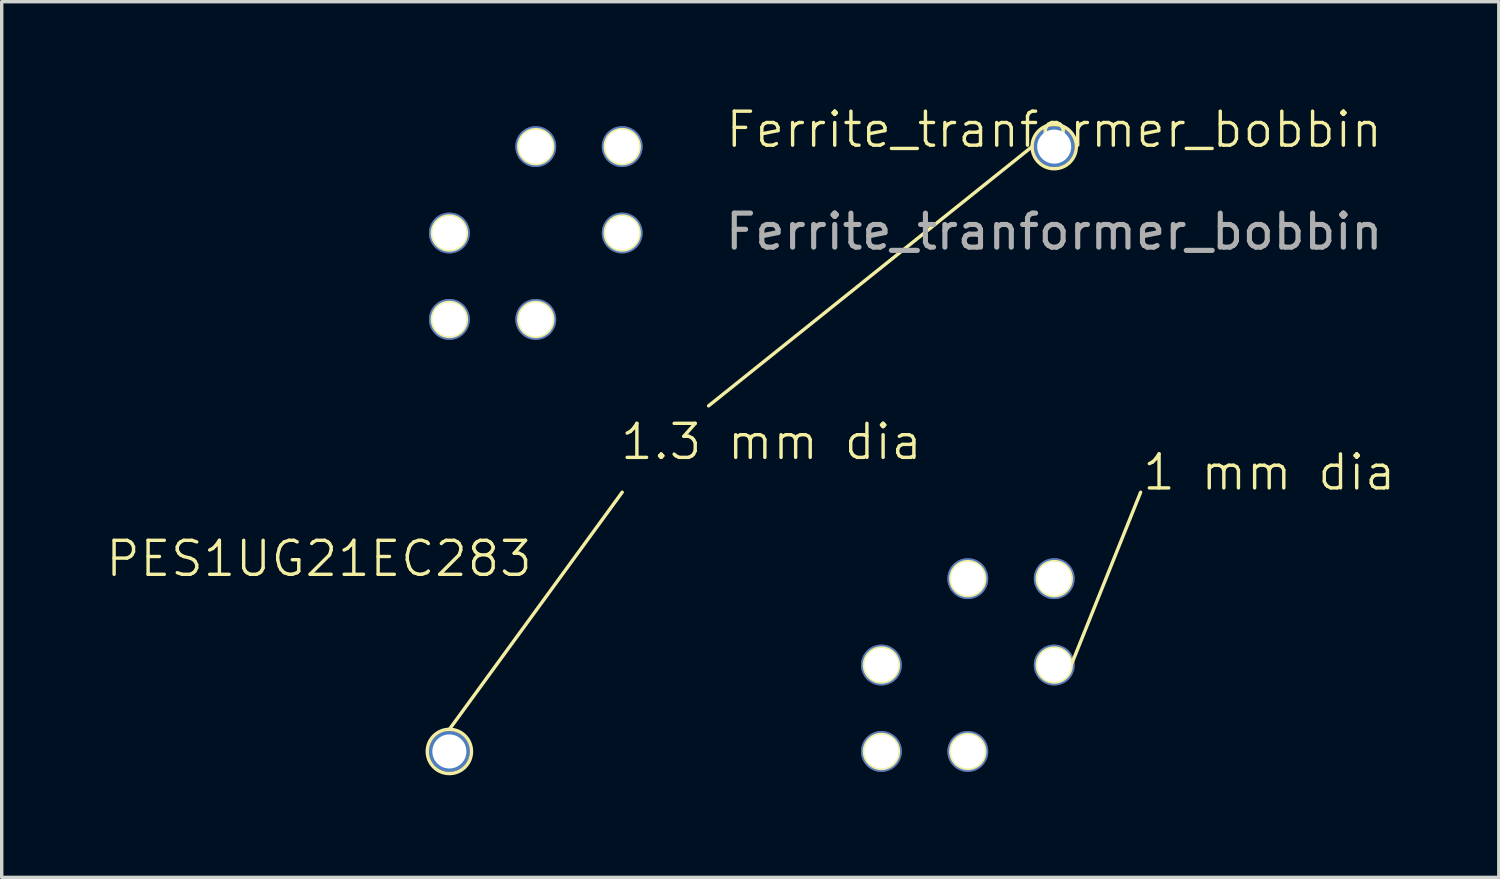
<source format=kicad_pcb>
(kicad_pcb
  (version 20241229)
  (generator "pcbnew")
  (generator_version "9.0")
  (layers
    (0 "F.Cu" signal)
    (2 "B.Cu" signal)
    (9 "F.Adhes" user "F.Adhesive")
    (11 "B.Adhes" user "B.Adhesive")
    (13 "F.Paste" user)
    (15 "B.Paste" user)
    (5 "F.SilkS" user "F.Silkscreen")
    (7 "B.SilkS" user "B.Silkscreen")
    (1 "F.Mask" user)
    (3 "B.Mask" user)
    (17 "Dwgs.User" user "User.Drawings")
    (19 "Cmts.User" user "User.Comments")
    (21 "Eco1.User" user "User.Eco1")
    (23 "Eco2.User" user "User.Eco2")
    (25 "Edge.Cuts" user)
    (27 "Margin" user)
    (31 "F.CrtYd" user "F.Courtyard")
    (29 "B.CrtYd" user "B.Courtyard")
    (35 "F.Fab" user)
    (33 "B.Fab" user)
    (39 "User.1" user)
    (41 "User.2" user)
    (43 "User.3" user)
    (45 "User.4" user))
  (footprint "Ferrite_tranformer_bobbin"
    (layer "F.Cu")
    (at 27.94 1.26)
    (property "Reference" "Ferrite_tranformer_bobbin" (at 0 -0.5 0) (unlocked yes) (layer "F.SilkS") (effects (font (size 1 1) (thickness 0.1))))
    (attr through_hole)
    (fp_line (start -17.78 17.13) (end -12.7 10.16) (stroke (width 0.1) (type default)) (layer "F.SilkS"))
    (fp_line (start -0.65 0) (end -10.16 7.62) (stroke (width 0.1) (type default)) (layer "F.SilkS"))
    (fp_line (start 0.5 15.24) (end 2.54 10.16) (stroke (width 0.1) (type default)) (layer "F.SilkS"))
    (fp_circle (center -17.78 2.54) (end -17.28 2.54) (stroke (width 0.1) (type default)) (fill no) (layer "F.SilkS"))
    (fp_circle (center -17.78 5.08) (end -17.28 5.08) (stroke (width 0.1) (type default)) (fill no) (layer "F.SilkS"))
    (fp_circle (center -17.78 17.78) (end -17.13 17.78) (stroke (width 0.1) (type default)) (fill no) (layer "F.SilkS"))
    (fp_circle (center -15.24 0) (end -14.74 0) (stroke (width 0.1) (type default)) (fill no) (layer "F.SilkS"))
    (fp_circle (center -15.24 5.08) (end -14.74 5.08) (stroke (width 0.1) (type default)) (fill no) (layer "F.SilkS"))
    (fp_circle (center -12.7 0) (end -12.2 0) (stroke (width 0.1) (type default)) (fill no) (layer "F.SilkS"))
    (fp_circle (center -12.7 2.54) (end -12.2 2.54) (stroke (width 0.1) (type default)) (fill no) (layer "F.SilkS"))
    (fp_circle (center -5.08 15.24) (end -4.58 15.24) (stroke (width 0.1) (type default)) (fill no) (layer "F.SilkS"))
    (fp_circle (center -5.08 17.78) (end -4.58 17.78) (stroke (width 0.1) (type default)) (fill no) (layer "F.SilkS"))
    (fp_circle (center -2.54 12.7) (end -2.04 12.7) (stroke (width 0.1) (type default)) (fill no) (layer "F.SilkS"))
    (fp_circle (center -2.54 17.78) (end -2.04 17.78) (stroke (width 0.1) (type default)) (fill no) (layer "F.SilkS"))
    (fp_circle (center 0 0) (end 0.65 0) (stroke (width 0.1) (type default)) (fill no) (layer "F.SilkS"))
    (fp_circle (center 0 12.7) (end 0.5 12.7) (stroke (width 0.1) (type default)) (fill no) (layer "F.SilkS"))
    (fp_circle (center 0 15.24) (end 0.5 15.24) (stroke (width 0.1) (type default)) (fill no) (layer "F.SilkS"))
    (fp_text user "PES1UG21EC283" (at -27.94 12.7 0) (unlocked yes) (layer "F.SilkS") (effects (font (size 1 1) (thickness 0.1)) (justify left bottom)))
    (fp_text user "1.3 mm dia" (at -12.81 9.262 0) (unlocked yes) (layer "F.SilkS") (effects (font (size 1 1) (thickness 0.1)) (justify left bottom)))
    (fp_text user "1 mm dia" (at 2.54 10.16 0) (unlocked yes) (layer "F.SilkS") (effects (font (size 1 1) (thickness 0.1)) (justify left bottom)))
    (fp_text user "${REFERENCE}" (at 0 2.5 0) (unlocked yes) (layer "F.Fab") (effects (font (size 1 1) (thickness 0.15))))
    (pad "1" thru_hole circle (at -12.7 2.54) (size 1.2 1.2) (drill 1) (layers "*.Cu" "*.Mask"))
    (pad "2" thru_hole circle (at -12.7 0) (size 1.2 1.2) (drill 1) (layers "*.Cu" "*.Mask"))
    (pad "3" thru_hole circle (at -15.24 0) (size 1.2 1.2) (drill 1) (layers "*.Cu" "*.Mask"))
    (pad "4" thru_hole circle (at -15.24 5.08) (size 1.2 1.2) (drill 1) (layers "*.Cu" "*.Mask"))
    (pad "5" thru_hole circle (at -17.78 5.08) (size 1.2 1.2) (drill 1) (layers "*.Cu" "*.Mask"))
    (pad "6" thru_hole circle (at -17.78 2.54) (size 1.2 1.2) (drill 1) (layers "*.Cu" "*.Mask"))
    (pad "7" thru_hole circle (at -2.54 12.7) (size 1.2 1.2) (drill 1) (layers "*.Cu" "*.Mask"))
    (pad "8" thru_hole circle (at 0 12.7) (size 1.2 1.2) (drill 1) (layers "*.Cu" "*.Mask"))
    (pad "9" thru_hole circle (at 0 15.24) (size 1.2 1.2) (drill 1) (layers "*.Cu" "*.Mask"))
    (pad "10" thru_hole circle (at -2.54 17.78) (size 1.2 1.2) (drill 1) (layers "*.Cu" "*.Mask"))
    (pad "11" thru_hole circle (at -5.08 17.78) (size 1.2 1.2) (drill 1) (layers "*.Cu" "*.Mask"))
    (pad "12" thru_hole circle (at -5.08 15.24) (size 1.2 1.2) (drill 1) (layers "*.Cu" "*.Mask"))
    (pad "13" thru_hole circle (at 0 0) (size 1.2 1.2) (drill 1) (layers "*.Cu" "*.Mask"))
    (pad "14" thru_hole circle (at -17.78 17.78) (size 1.2 1.2) (drill 1) (layers "*.Cu" "*.Mask")))
  (gr_rect
    (start -3 -3)
    (end 41.009 22.741)
    (stroke (width 0.1) (type default))
    (fill no)
    (layer "Edge.Cuts")))
</source>
